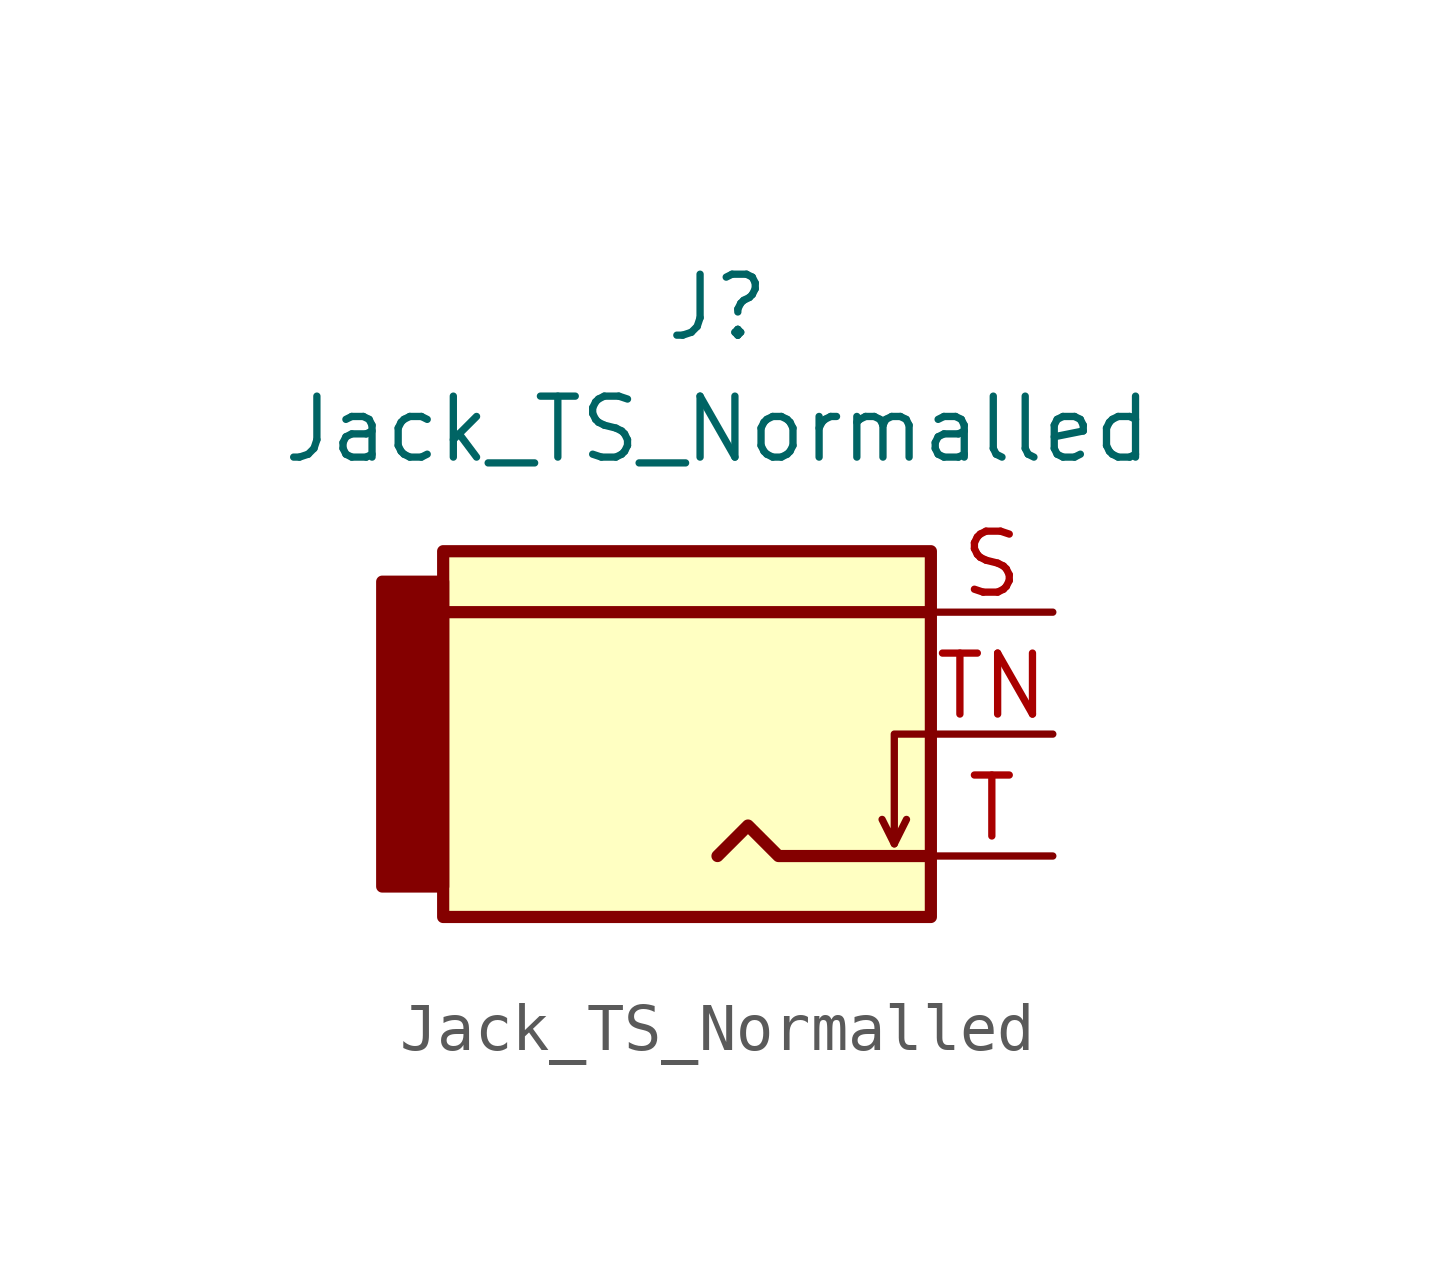
<source format=kicad_sym>
(kicad_symbol_lib
  (version 20220914)
  (generator kicad_symbol_editor)
  (symbol "Jack_TS_Normalled"
    (property "Reference" "J"
      (at 0 8.89 0)
      (effects (font (size 1.27 1.27))))
    (property "Value" "Jack_TS_Normalled"
      (at 0 6.35 0)
      (effects (font (size 1.27 1.27))))
    (symbol "Jack_TS_Normalled_0_1"
      (rectangle (start -6.985 3.175) (end -5.715 -3.175) (stroke (width 0.254) (type default)) (fill (type outline)))
      (rectangle (start -5.715 3.81) (end 4.445 -3.81) (stroke (width 0.254) (type default)) (fill (type background)))
      (polyline (pts (xy 3.683 -2.286) (xy 3.937 -1.778)) (stroke (width 0) (type default)) (fill (type none)))
      (polyline (pts (xy 4.445 2.54) (xy -5.715 2.54)) (stroke (width 0.254) (type default)) (fill (type none)))
      (polyline (pts (xy 0 -2.54) (xy 0.635 -1.905) (xy 1.27 -2.54) (xy 4.445 -2.54)) (stroke (width 0.254) (type default)) (fill (type none)))
      (polyline (pts (xy 4.445 0) (xy 3.683 0) (xy 3.683 -2.286) (xy 3.429 -1.778)) (stroke (width 0) (type default)) (fill (type none))))
    (symbol "Jack_TS_Normalled_1_1"
      (pin passive line (at 6.985 2.54 180) (length 2.54) (name "~" (effects (font (size 1.27 1.27)))) (number "S" (effects (font (size 1.27 1.27)))))
      (pin passive line (at 6.985 -2.54 180) (length 2.54) (name "~" (effects (font (size 1.27 1.27)))) (number "T" (effects (font (size 1.27 1.27)))))
      (pin passive line (at 6.985 0 180) (length 2.54) (name "~" (effects (font (size 1.27 1.27)))) (number "TN" (effects (font (size 1.27 1.27))))))))
</source>
